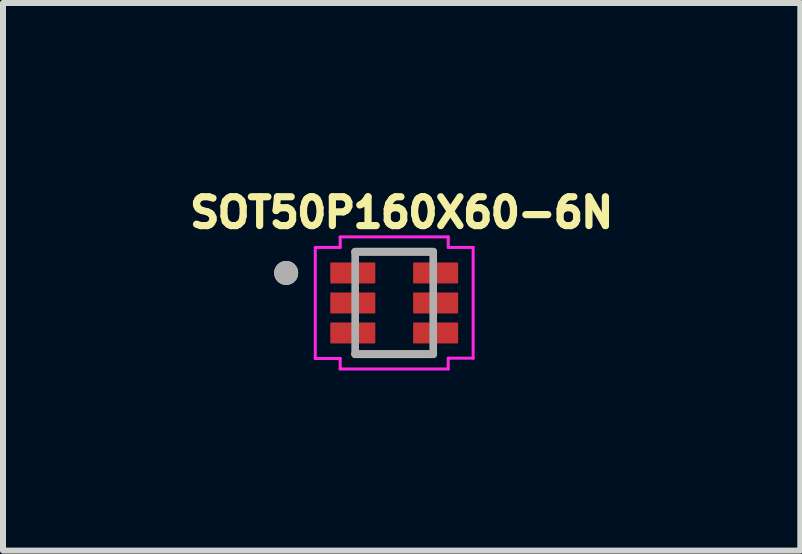
<source format=kicad_pcb>
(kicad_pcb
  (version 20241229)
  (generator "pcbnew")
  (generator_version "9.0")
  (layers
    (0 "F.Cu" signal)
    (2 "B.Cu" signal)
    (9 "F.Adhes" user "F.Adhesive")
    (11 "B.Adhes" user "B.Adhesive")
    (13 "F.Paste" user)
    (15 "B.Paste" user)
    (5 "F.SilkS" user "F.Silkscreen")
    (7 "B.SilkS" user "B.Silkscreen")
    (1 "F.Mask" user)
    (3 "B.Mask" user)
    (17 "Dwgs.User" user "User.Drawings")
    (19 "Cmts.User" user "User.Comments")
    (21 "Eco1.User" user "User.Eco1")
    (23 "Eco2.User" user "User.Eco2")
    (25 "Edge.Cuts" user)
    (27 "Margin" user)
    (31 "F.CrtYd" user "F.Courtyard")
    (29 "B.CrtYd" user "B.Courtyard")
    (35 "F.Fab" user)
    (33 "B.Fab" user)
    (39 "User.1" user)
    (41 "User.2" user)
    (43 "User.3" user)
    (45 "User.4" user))
  (footprint "SOT50P160X60-6N"
    (layer "F.Cu")
    (at 3.517 1.997)
    (property "Reference" "SOT50P160X60-6N" (at 0.124 -1.505 0) (layer "F.SilkS") (effects (font (size 0.48 0.48) (thickness 0.15))))
    (attr smd)
    (fp_line (start 0.65 -0.855) (end -0.65 -0.855) (stroke (width 0.127) (type solid)) (layer "F.SilkS"))
    (fp_line (start 0.65 0.855) (end -0.65 0.855) (stroke (width 0.127) (type solid)) (layer "F.SilkS"))
    (fp_circle (center -1.8 -0.5) (end -1.7 -0.5) (stroke (width 0.2) (type solid)) (fill no) (layer "F.SilkS"))
    (fp_line (start -1.315 -0.925) (end -0.9 -0.925) (stroke (width 0.05) (type solid)) (layer "F.CrtYd"))
    (fp_line (start -1.315 0.925) (end -1.315 -0.925) (stroke (width 0.05) (type solid)) (layer "F.CrtYd"))
    (fp_line (start -0.9 -1.1) (end 0.9 -1.1) (stroke (width 0.05) (type solid)) (layer "F.CrtYd"))
    (fp_line (start -0.9 -0.925) (end -0.9 -1.1) (stroke (width 0.05) (type solid)) (layer "F.CrtYd"))
    (fp_line (start -0.9 0.925) (end -1.315 0.925) (stroke (width 0.05) (type solid)) (layer "F.CrtYd"))
    (fp_line (start -0.9 1.1) (end -0.9 0.925) (stroke (width 0.05) (type solid)) (layer "F.CrtYd"))
    (fp_line (start 0.9 -1.1) (end 0.9 -0.925) (stroke (width 0.05) (type solid)) (layer "F.CrtYd"))
    (fp_line (start 0.9 -0.925) (end 1.315 -0.925) (stroke (width 0.05) (type solid)) (layer "F.CrtYd"))
    (fp_line (start 0.9 0.92) (end 0.9 1.1) (stroke (width 0.05) (type solid)) (layer "F.CrtYd"))
    (fp_line (start 0.9 1.1) (end -0.9 1.1) (stroke (width 0.05) (type solid)) (layer "F.CrtYd"))
    (fp_line (start 1.315 -0.925) (end 1.315 0.92) (stroke (width 0.05) (type solid)) (layer "F.CrtYd"))
    (fp_line (start 1.315 0.92) (end 0.9 0.92) (stroke (width 0.05) (type solid)) (layer "F.CrtYd"))
    (fp_line (start -0.65 -0.85) (end 0.65 -0.85) (stroke (width 0.127) (type solid)) (layer "F.Fab"))
    (fp_line (start -0.65 0.85) (end -0.65 -0.85) (stroke (width 0.127) (type solid)) (layer "F.Fab"))
    (fp_line (start 0.65 -0.85) (end 0.65 0.85) (stroke (width 0.127) (type solid)) (layer "F.Fab"))
    (fp_line (start 0.65 0.85) (end -0.65 0.85) (stroke (width 0.127) (type solid)) (layer "F.Fab"))
    (fp_circle (center -1.8 -0.5) (end -1.7 -0.5) (stroke (width 0.2) (type solid)) (fill no) (layer "F.Fab"))
    (pad "1" smd roundrect (at -0.69 -0.5) (size 0.75 0.35) (layers "F.Cu" "F.Mask" "F.Paste") (roundrect_rratio 0.04))
    (pad "2" smd roundrect (at -0.69 0) (size 0.75 0.35) (layers "F.Cu" "F.Mask" "F.Paste") (roundrect_rratio 0.04))
    (pad "3" smd roundrect (at -0.69 0.5) (size 0.75 0.35) (layers "F.Cu" "F.Mask" "F.Paste") (roundrect_rratio 0.04))
    (pad "4" smd roundrect (at 0.69 0.5) (size 0.75 0.35) (layers "F.Cu" "F.Mask" "F.Paste") (roundrect_rratio 0.04))
    (pad "5" smd roundrect (at 0.69 0) (size 0.75 0.35) (layers "F.Cu" "F.Mask" "F.Paste") (roundrect_rratio 0.04))
    (pad "6" smd roundrect (at 0.69 -0.5) (size 0.75 0.35) (layers "F.Cu" "F.Mask" "F.Paste") (roundrect_rratio 0.04)))
  (gr_rect
    (start -3 -3)
    (end 10.282 6.122)
    (stroke (width 0.1) (type default))
    (fill no)
    (layer "Edge.Cuts")))
</source>
